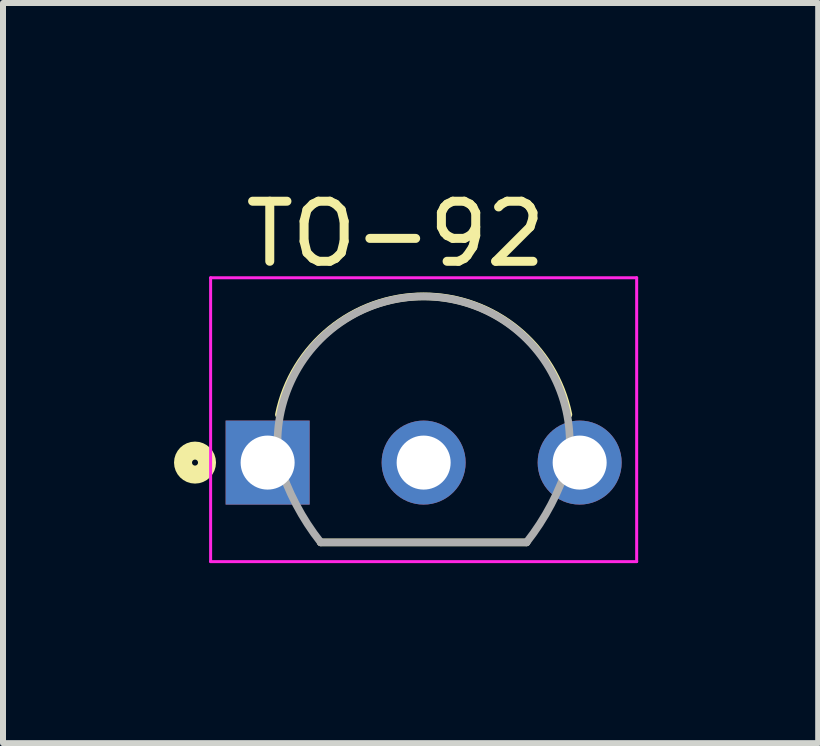
<source format=kicad_pcb>
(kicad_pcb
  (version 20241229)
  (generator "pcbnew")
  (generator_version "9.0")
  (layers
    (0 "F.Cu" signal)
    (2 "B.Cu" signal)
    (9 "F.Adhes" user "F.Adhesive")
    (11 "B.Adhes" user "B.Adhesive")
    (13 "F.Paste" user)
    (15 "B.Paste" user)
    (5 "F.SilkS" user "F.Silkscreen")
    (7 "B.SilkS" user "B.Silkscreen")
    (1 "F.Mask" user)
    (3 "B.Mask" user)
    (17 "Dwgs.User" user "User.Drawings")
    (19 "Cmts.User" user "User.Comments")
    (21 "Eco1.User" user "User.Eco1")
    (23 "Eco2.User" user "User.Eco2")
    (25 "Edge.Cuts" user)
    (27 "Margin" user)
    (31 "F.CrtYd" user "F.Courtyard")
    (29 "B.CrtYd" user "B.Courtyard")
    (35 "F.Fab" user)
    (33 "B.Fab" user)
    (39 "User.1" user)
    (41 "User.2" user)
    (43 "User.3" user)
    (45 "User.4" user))
  (footprint "TO-92"
    (layer "F.Cu")
    (at 4.01 4.659)
    (property "Reference" "TO-92" (at -0.467 -3.81 0) (layer "F.SilkS") (effects (font (size 1.001 1.001) (thickness 0.15))))
    (attr through_hole)
    (fp_line (start 1.715 1.33) (end -1.715 1.33) (stroke (width 0.127) (type solid)) (layer "F.SilkS"))
    (fp_arc (start -2.4125 -0.8) (mid 0 -2.771095) (end 2.4125 -0.799999) (stroke (width 0.127) (type solid)) (layer "F.SilkS"))
    (fp_circle (center -3.81 0) (end -3.76 0) (stroke (width 0.3) (type solid)) (fill no) (layer "F.SilkS"))
    (fp_line (start -3.55 -3.08) (end 3.55 -3.08) (stroke (width 0.05) (type solid)) (layer "F.CrtYd"))
    (fp_line (start -3.55 1.65) (end -3.55 -3.08) (stroke (width 0.05) (type solid)) (layer "F.CrtYd"))
    (fp_line (start 3.55 -3.08) (end 3.55 1.65) (stroke (width 0.05) (type solid)) (layer "F.CrtYd"))
    (fp_line (start 3.55 1.65) (end -3.55 1.65) (stroke (width 0.05) (type solid)) (layer "F.CrtYd"))
    (fp_line (start 1.715 1.33) (end -1.715 1.33) (stroke (width 0.127) (type solid)) (layer "F.Fab"))
    (fp_arc (start -2.4125 0) (mid 0 -2.768109) (end 2.4125 -0.000001) (stroke (width 0.127) (type solid)) (layer "F.Fab"))
    (fp_arc (start -1.715 1.33) (mid -2.125333 0.697296) (end -2.4125 0) (stroke (width 0.127) (type solid)) (layer "F.Fab"))
    (fp_arc (start 2.4125 0) (mid 2.125333 0.697296) (end 1.715 1.33) (stroke (width 0.127) (type solid)) (layer "F.Fab"))
    (pad "1" thru_hole rect (at -2.6 0) (size 1.4 1.4) (drill 0.9) (layers "*.Cu" "*.Mask"))
    (pad "2" thru_hole circle (at 0 0) (size 1.4 1.4) (drill 0.9) (layers "*.Cu" "*.Mask"))
    (pad "3" thru_hole circle (at 2.6 0) (size 1.4 1.4) (drill 0.9) (layers "*.Cu" "*.Mask")))
  (gr_rect
    (start -3 -3)
    (end 10.585 9.334)
    (stroke (width 0.1) (type default))
    (fill no)
    (layer "Edge.Cuts")))
</source>
